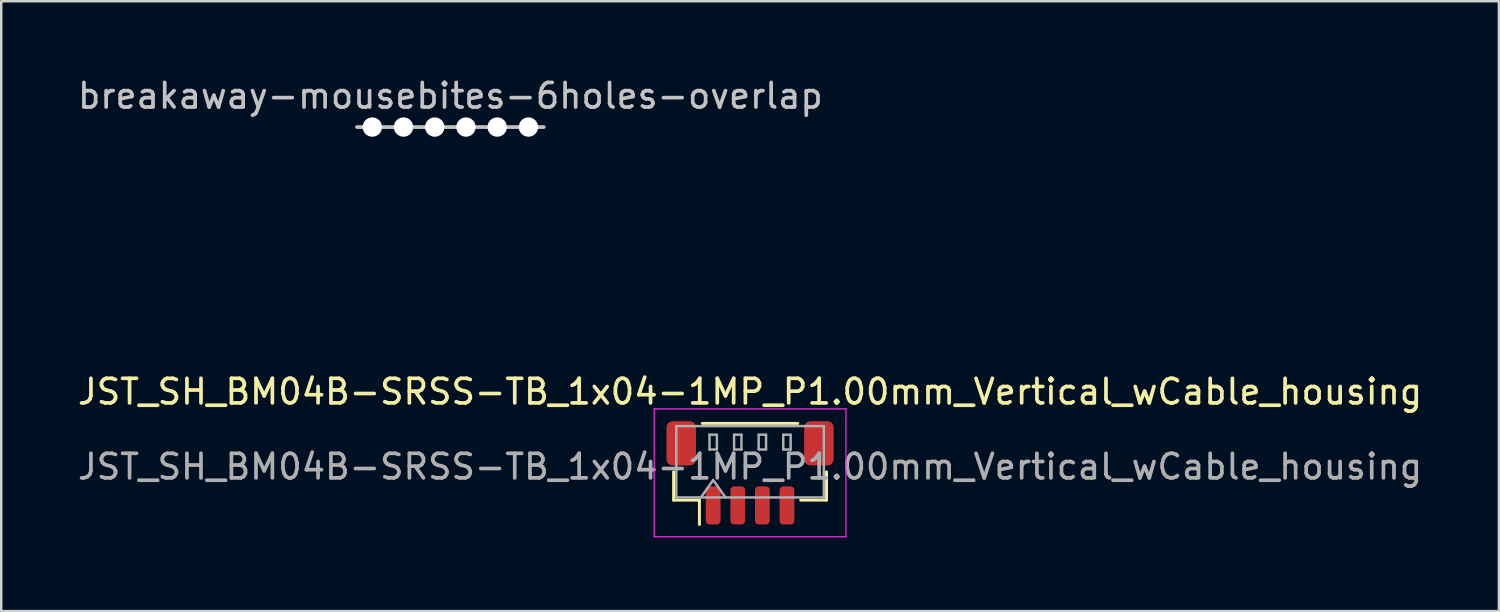
<source format=kicad_pcb>
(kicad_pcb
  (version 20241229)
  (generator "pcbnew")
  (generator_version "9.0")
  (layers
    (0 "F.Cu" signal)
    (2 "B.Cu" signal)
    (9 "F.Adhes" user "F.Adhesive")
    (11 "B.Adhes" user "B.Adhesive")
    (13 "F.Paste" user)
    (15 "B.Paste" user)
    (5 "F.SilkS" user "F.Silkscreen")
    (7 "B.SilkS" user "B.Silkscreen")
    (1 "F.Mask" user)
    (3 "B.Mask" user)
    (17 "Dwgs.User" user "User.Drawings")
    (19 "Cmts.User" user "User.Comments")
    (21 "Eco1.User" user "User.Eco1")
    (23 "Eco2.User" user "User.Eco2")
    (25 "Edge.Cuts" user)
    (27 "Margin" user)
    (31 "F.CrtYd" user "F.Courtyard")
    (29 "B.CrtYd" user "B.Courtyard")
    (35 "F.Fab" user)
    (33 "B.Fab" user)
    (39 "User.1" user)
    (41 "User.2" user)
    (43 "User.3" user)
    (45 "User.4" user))
  (footprint "breakaway-mousebites-6holes-overlap"
    (layer "F.Cu")
    (at 15.268 2.372)
    (property "Reference" "breakaway-mousebites-6holes-overlap" (at 0 -1.524 0) (layer "Dwgs.User") (effects (font (size 1 1) (thickness 0.15))))
    (attr exclude_from_pos_files exclude_from_bom)
    (fp_line (start -3.8 -0.254) (end 3.8 -0.254) (stroke (width 0.15) (type solid)) (layer "Dwgs.User"))
    (pad "" np_thru_hole circle (at -3.175 -0.254) (size 0.787 0.787) (drill 0.787) (layers "*.Cu" "*.Mask"))
    (pad "" np_thru_hole circle (at -1.905 -0.254) (size 0.787 0.787) (drill 0.787) (layers "*.Cu" "*.Mask"))
    (pad "" np_thru_hole circle (at -0.635 -0.254) (size 0.787 0.787) (drill 0.787) (layers "*.Cu" "*.Mask"))
    (pad "" np_thru_hole circle (at 0.635 -0.254) (size 0.787 0.787) (drill 0.787) (layers "*.Cu" "*.Mask"))
    (pad "" np_thru_hole circle (at 1.905 -0.254) (size 0.787 0.787) (drill 0.787) (layers "*.Cu" "*.Mask"))
    (pad "" np_thru_hole circle (at 3.175 -0.254) (size 0.787 0.787) (drill 0.787) (layers "*.Cu" "*.Mask")))
  (footprint "JST_SH_BM04B-SRSS-TB_1x04-1MP_P1.00mm_Vertical_wCable_housing"
    (layer "F.Cu")
    (at 27.458 16.182)
    (property "Reference" "JST_SH_BM04B-SRSS-TB_1x04-1MP_P1.00mm_Vertical_wCable_housing" (at 0 -3.3 0) (layer "F.SilkS") (effects (font (size 1 1) (thickness 0.15))))
    (attr smd)
    (fp_line (start -3.11 -0.04) (end -3.11 1.11) (stroke (width 0.12) (type solid)) (layer "F.SilkS"))
    (fp_line (start -3.11 1.11) (end -2.06 1.11) (stroke (width 0.12) (type solid)) (layer "F.SilkS"))
    (fp_line (start -2.06 1.11) (end -2.06 2.1) (stroke (width 0.12) (type solid)) (layer "F.SilkS"))
    (fp_line (start -1.94 -2.01) (end 1.94 -2.01) (stroke (width 0.12) (type solid)) (layer "F.SilkS"))
    (fp_line (start 3.11 -0.04) (end 3.11 1.11) (stroke (width 0.12) (type solid)) (layer "F.SilkS"))
    (fp_line (start 3.11 1.11) (end 2.06 1.11) (stroke (width 0.12) (type solid)) (layer "F.SilkS"))
    (fp_line (start -3.5 -7) (end -3.5 -6.75) (stroke (width 0.12) (type solid)) (layer "Eco2.User"))
    (fp_line (start -3.5 -7) (end -3.25 -7) (stroke (width 0.12) (type solid)) (layer "Eco2.User"))
    (fp_line (start -3.5 -6) (end -3.5 -6.25) (stroke (width 0.12) (type solid)) (layer "Eco2.User"))
    (fp_line (start -3.5 -6) (end -3.25 -6) (stroke (width 0.12) (type solid)) (layer "Eco2.User"))
    (fp_line (start -3.5 -3) (end -3.5 -2) (stroke (width 0.12) (type solid)) (layer "Eco2.User"))
    (fp_line (start -3.5 -2) (end 3.5 -2) (stroke (width 0.12) (type solid)) (layer "Eco2.User"))
    (fp_line (start -3 -6) (end -3.25 -6) (stroke (width 0.12) (type solid)) (layer "Eco2.User"))
    (fp_line (start -3 -6) (end -3 -5.75) (stroke (width 0.12) (type solid)) (layer "Eco2.User"))
    (fp_line (start -3 -5.25) (end -3 -4.75) (stroke (width 0.12) (type solid)) (layer "Eco2.User"))
    (fp_line (start -3 -4.25) (end -3 -3.75) (stroke (width 0.12) (type solid)) (layer "Eco2.User"))
    (fp_line (start -3 -3) (end -3 -3.25) (stroke (width 0.12) (type solid)) (layer "Eco2.User"))
    (fp_line (start -2.75 -7) (end -2.25 -7) (stroke (width 0.12) (type solid)) (layer "Eco2.User"))
    (fp_line (start -1.75 -7) (end -1.25 -7) (stroke (width 0.12) (type solid)) (layer "Eco2.User"))
    (fp_line (start -1.5 -10) (end -1.5 -10.5) (stroke (width 0.12) (type solid)) (layer "Eco2.User"))
    (fp_line (start -1.5 -9) (end -1.5 -9.5) (stroke (width 0.12) (type solid)) (layer "Eco2.User"))
    (fp_line (start -1.5 -8) (end -1.5 -8.5) (stroke (width 0.12) (type solid)) (layer "Eco2.User"))
    (fp_line (start -1.5 -7) (end -1.5 -7.5) (stroke (width 0.12) (type solid)) (layer "Eco2.User"))
    (fp_line (start -0.75 -7) (end -0.25 -7) (stroke (width 0.12) (type solid)) (layer "Eco2.User"))
    (fp_line (start -0.5 -10) (end -0.5 -10.5) (stroke (width 0.12) (type solid)) (layer "Eco2.User"))
    (fp_line (start -0.5 -9) (end -0.5 -9.5) (stroke (width 0.12) (type solid)) (layer "Eco2.User"))
    (fp_line (start -0.5 -8) (end -0.5 -8.5) (stroke (width 0.12) (type solid)) (layer "Eco2.User"))
    (fp_line (start -0.5 -7) (end -0.5 -7.5) (stroke (width 0.12) (type solid)) (layer "Eco2.User"))
    (fp_line (start 0.25 -7) (end 0.75 -7) (stroke (width 0.12) (type solid)) (layer "Eco2.User"))
    (fp_line (start 0.5 -10) (end 0.5 -10.5) (stroke (width 0.12) (type solid)) (layer "Eco2.User"))
    (fp_line (start 0.5 -9) (end 0.5 -9.5) (stroke (width 0.12) (type solid)) (layer "Eco2.User"))
    (fp_line (start 0.5 -8) (end 0.5 -8.5) (stroke (width 0.12) (type solid)) (layer "Eco2.User"))
    (fp_line (start 0.5 -7) (end 0.5 -7.5) (stroke (width 0.12) (type solid)) (layer "Eco2.User"))
    (fp_line (start 1.25 -7) (end 1.75 -7) (stroke (width 0.12) (type solid)) (layer "Eco2.User"))
    (fp_line (start 1.5 -10) (end 1.5 -10.5) (stroke (width 0.12) (type solid)) (layer "Eco2.User"))
    (fp_line (start 1.5 -9) (end 1.5 -9.5) (stroke (width 0.12) (type solid)) (layer "Eco2.User"))
    (fp_line (start 1.5 -8) (end 1.5 -8.5) (stroke (width 0.12) (type solid)) (layer "Eco2.User"))
    (fp_line (start 1.5 -7) (end 1.5 -7.5) (stroke (width 0.12) (type solid)) (layer "Eco2.User"))
    (fp_line (start 2.25 -7) (end 2.75 -7) (stroke (width 0.12) (type solid)) (layer "Eco2.User"))
    (fp_line (start 3 -6) (end 3 -5.75) (stroke (width 0.12) (type solid)) (layer "Eco2.User"))
    (fp_line (start 3 -6) (end 3.25 -6) (stroke (width 0.12) (type solid)) (layer "Eco2.User"))
    (fp_line (start 3 -5.25) (end 3 -4.75) (stroke (width 0.12) (type solid)) (layer "Eco2.User"))
    (fp_line (start 3 -4.25) (end 3 -3.75) (stroke (width 0.12) (type solid)) (layer "Eco2.User"))
    (fp_line (start 3 -3) (end 3 -3.25) (stroke (width 0.12) (type solid)) (layer "Eco2.User"))
    (fp_line (start 3.5 -7) (end 3.25 -7) (stroke (width 0.12) (type solid)) (layer "Eco2.User"))
    (fp_line (start 3.5 -7) (end 3.5 -6.75) (stroke (width 0.12) (type solid)) (layer "Eco2.User"))
    (fp_line (start 3.5 -6) (end 3.25 -6) (stroke (width 0.12) (type solid)) (layer "Eco2.User"))
    (fp_line (start 3.5 -6) (end 3.5 -6.25) (stroke (width 0.12) (type solid)) (layer "Eco2.User"))
    (fp_line (start 3.5 -3) (end -3.5 -3) (stroke (width 0.12) (type solid)) (layer "Eco2.User"))
    (fp_line (start 3.5 -2) (end 3.5 -3) (stroke (width 0.12) (type solid)) (layer "Eco2.User"))
    (fp_line (start -3.9 -2.6) (end -3.9 2.6) (stroke (width 0.05) (type solid)) (layer "F.CrtYd"))
    (fp_line (start -3.9 2.6) (end 3.9 2.6) (stroke (width 0.05) (type solid)) (layer "F.CrtYd"))
    (fp_line (start 3.9 -2.6) (end -3.9 -2.6) (stroke (width 0.05) (type solid)) (layer "F.CrtYd"))
    (fp_line (start 3.9 2.6) (end 3.9 -2.6) (stroke (width 0.05) (type solid)) (layer "F.CrtYd"))
    (fp_line (start -3 -1.9) (end 3 -1.9) (stroke (width 0.1) (type solid)) (layer "F.Fab"))
    (fp_line (start -3 1) (end -3 -1.9) (stroke (width 0.1) (type solid)) (layer "F.Fab"))
    (fp_line (start -3 1) (end 3 1) (stroke (width 0.1) (type solid)) (layer "F.Fab"))
    (fp_line (start -2 1) (end -1.5 0.293) (stroke (width 0.1) (type solid)) (layer "F.Fab"))
    (fp_line (start -1.65 -1.55) (end -1.65 -0.95) (stroke (width 0.1) (type solid)) (layer "F.Fab"))
    (fp_line (start -1.65 -0.95) (end -1.35 -0.95) (stroke (width 0.1) (type solid)) (layer "F.Fab"))
    (fp_line (start -1.5 0.293) (end -1 1) (stroke (width 0.1) (type solid)) (layer "F.Fab"))
    (fp_line (start -1.35 -1.55) (end -1.65 -1.55) (stroke (width 0.1) (type solid)) (layer "F.Fab"))
    (fp_line (start -1.35 -0.95) (end -1.35 -1.55) (stroke (width 0.1) (type solid)) (layer "F.Fab"))
    (fp_line (start -0.65 -1.55) (end -0.65 -0.95) (stroke (width 0.1) (type solid)) (layer "F.Fab"))
    (fp_line (start -0.65 -0.95) (end -0.35 -0.95) (stroke (width 0.1) (type solid)) (layer "F.Fab"))
    (fp_line (start -0.35 -1.55) (end -0.65 -1.55) (stroke (width 0.1) (type solid)) (layer "F.Fab"))
    (fp_line (start -0.35 -0.95) (end -0.35 -1.55) (stroke (width 0.1) (type solid)) (layer "F.Fab"))
    (fp_line (start 0.35 -1.55) (end 0.35 -0.95) (stroke (width 0.1) (type solid)) (layer "F.Fab"))
    (fp_line (start 0.35 -0.95) (end 0.65 -0.95) (stroke (width 0.1) (type solid)) (layer "F.Fab"))
    (fp_line (start 0.65 -1.55) (end 0.35 -1.55) (stroke (width 0.1) (type solid)) (layer "F.Fab"))
    (fp_line (start 0.65 -0.95) (end 0.65 -1.55) (stroke (width 0.1) (type solid)) (layer "F.Fab"))
    (fp_line (start 1.35 -1.55) (end 1.35 -0.95) (stroke (width 0.1) (type solid)) (layer "F.Fab"))
    (fp_line (start 1.35 -0.95) (end 1.65 -0.95) (stroke (width 0.1) (type solid)) (layer "F.Fab"))
    (fp_line (start 1.65 -1.55) (end 1.35 -1.55) (stroke (width 0.1) (type solid)) (layer "F.Fab"))
    (fp_line (start 1.65 -0.95) (end 1.65 -1.55) (stroke (width 0.1) (type solid)) (layer "F.Fab"))
    (fp_line (start 3 1) (end 3 -1.9) (stroke (width 0.1) (type solid)) (layer "F.Fab"))
    (fp_text user "${REFERENCE}" (at 0 -0.25 0) (layer "F.Fab") (effects (font (size 1 1) (thickness 0.15))))
    (pad "1" smd roundrect (at -1.5 1.325) (size 0.6 1.55) (layers "F.Cu" "F.Mask" "F.Paste") (roundrect_rratio 0.25))
    (pad "2" smd roundrect (at -0.5 1.325) (size 0.6 1.55) (layers "F.Cu" "F.Mask" "F.Paste") (roundrect_rratio 0.25))
    (pad "3" smd roundrect (at 0.5 1.325) (size 0.6 1.55) (layers "F.Cu" "F.Mask" "F.Paste") (roundrect_rratio 0.25))
    (pad "4" smd roundrect (at 1.5 1.325) (size 0.6 1.55) (layers "F.Cu" "F.Mask" "F.Paste") (roundrect_rratio 0.25))
    (pad "MP" smd roundrect (at -2.8 -1.2) (size 1.2 1.8) (layers "F.Cu" "F.Mask" "F.Paste") (roundrect_rratio 0.208))
    (pad "MP" smd roundrect (at 2.8 -1.2) (size 1.2 1.8) (layers "F.Cu" "F.Mask" "F.Paste") (roundrect_rratio 0.208)))
  (gr_rect
    (start -3 -3)
    (end 57.917 21.807)
    (stroke (width 0.1) (type default))
    (fill no)
    (layer "Edge.Cuts")))
</source>
